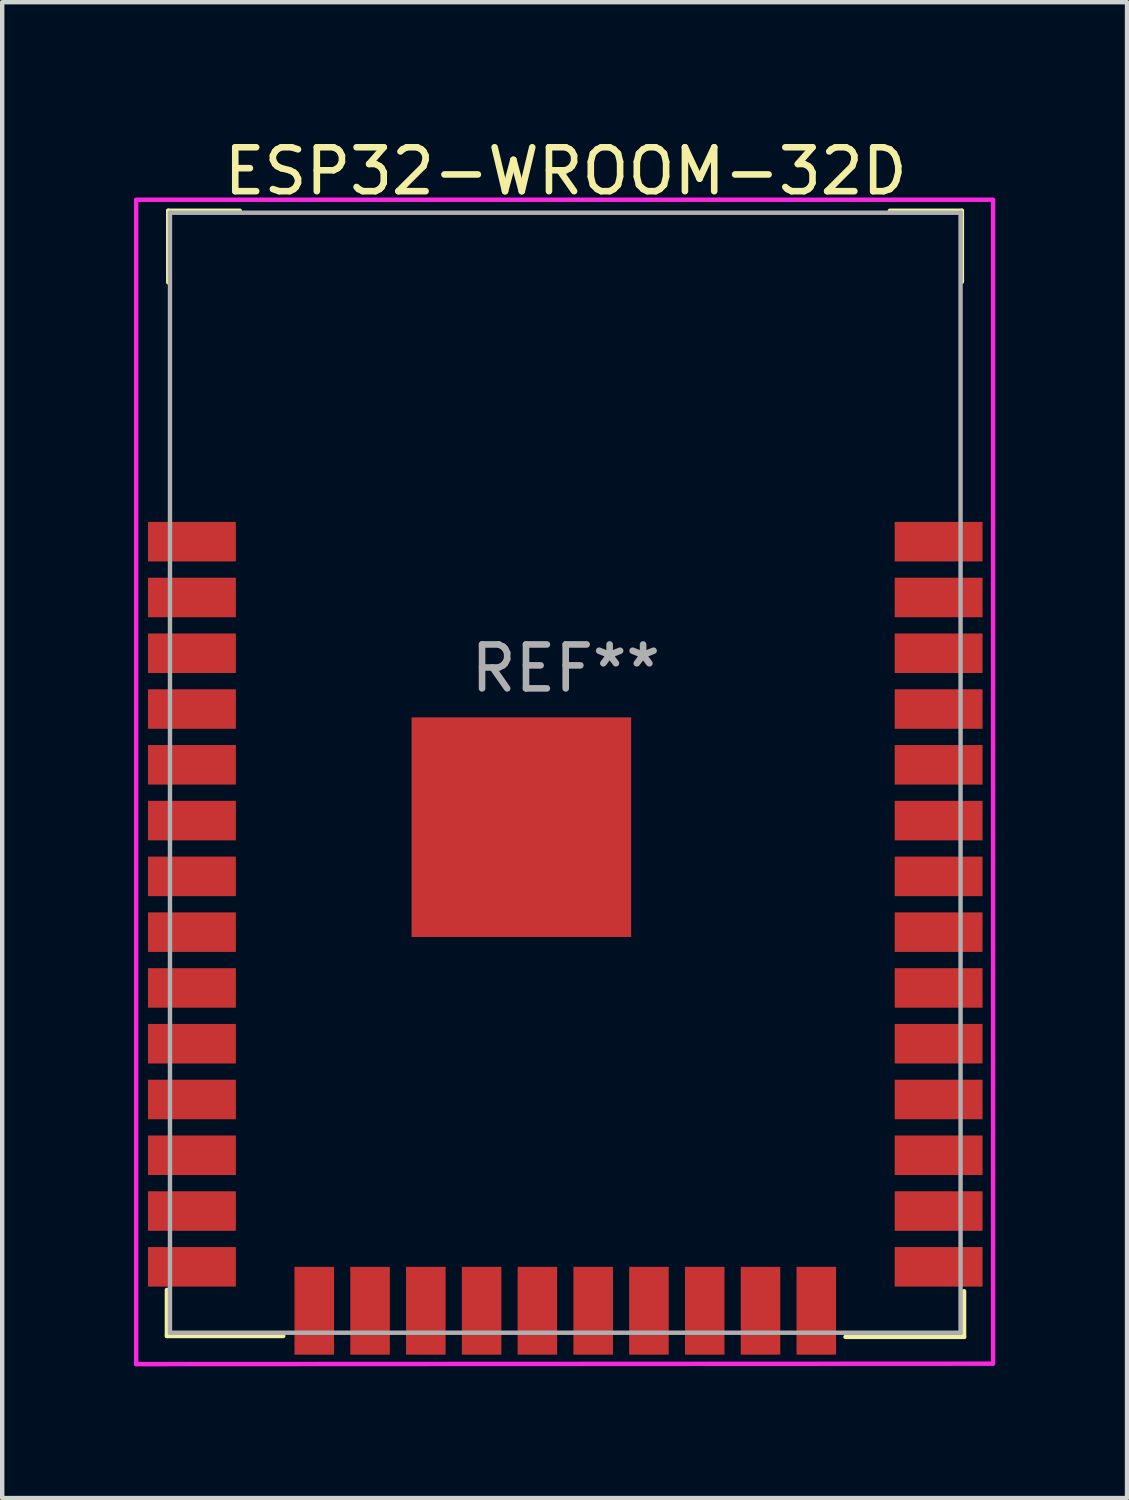
<source format=kicad_pcb>
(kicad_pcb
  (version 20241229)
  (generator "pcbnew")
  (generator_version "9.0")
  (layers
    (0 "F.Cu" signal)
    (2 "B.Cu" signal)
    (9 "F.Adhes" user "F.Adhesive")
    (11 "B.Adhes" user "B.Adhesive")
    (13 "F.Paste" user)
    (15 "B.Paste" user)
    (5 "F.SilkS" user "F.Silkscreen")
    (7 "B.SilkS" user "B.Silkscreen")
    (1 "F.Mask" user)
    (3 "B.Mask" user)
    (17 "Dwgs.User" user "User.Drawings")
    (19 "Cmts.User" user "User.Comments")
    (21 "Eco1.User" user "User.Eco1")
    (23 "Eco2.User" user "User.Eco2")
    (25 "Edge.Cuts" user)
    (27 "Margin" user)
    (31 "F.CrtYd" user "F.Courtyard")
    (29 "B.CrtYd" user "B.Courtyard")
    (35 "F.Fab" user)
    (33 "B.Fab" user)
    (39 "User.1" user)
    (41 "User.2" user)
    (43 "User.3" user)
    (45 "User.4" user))
  (footprint "ESP32-WROOM-32D"
    (layer "F.Cu")
    (at 9.82 17.538)
    (property "Reference" "ESP32-WROOM-32D" (at 0.01 -16.69 0) (layer "F.SilkS") (effects (font (size 1 1) (thickness 0.15))))
    (attr smd)
    (fp_line (start -9.07 8.78) (end -9.07 9.83) (stroke (width 0.1) (type solid)) (layer "F.SilkS"))
    (fp_line (start -9.07 9.83) (end -6.42 9.83) (stroke (width 0.1) (type solid)) (layer "F.SilkS"))
    (fp_line (start -9.04 -15.79) (end -7.41 -15.79) (stroke (width 0.1) (type solid)) (layer "F.SilkS"))
    (fp_line (start -9.04 -14.16) (end -9.04 -15.79) (stroke (width 0.1) (type solid)) (layer "F.SilkS"))
    (fp_line (start 9.03 -15.79) (end 7.39 -15.79) (stroke (width 0.1) (type solid)) (layer "F.SilkS"))
    (fp_line (start 9.03 -14.17) (end 9.03 -15.79) (stroke (width 0.1) (type solid)) (layer "F.SilkS"))
    (fp_line (start 9.08 8.81) (end 9.08 9.85) (stroke (width 0.1) (type solid)) (layer "F.SilkS"))
    (fp_line (start 9.08 9.85) (end 6.38 9.85) (stroke (width 0.1) (type solid)) (layer "F.SilkS"))
    (fp_line (start -9.77 -16.04) (end -9.77 10.47) (stroke (width 0.1) (type solid)) (layer "F.CrtYd"))
    (fp_line (start -9.77 10.47) (end 9.73 10.46) (stroke (width 0.1) (type solid)) (layer "F.CrtYd"))
    (fp_line (start 9.74 -16.04) (end -9.74 -16.04) (stroke (width 0.1) (type solid)) (layer "F.CrtYd"))
    (fp_line (start 9.74 10.46) (end 9.74 -16.02) (stroke (width 0.1) (type solid)) (layer "F.CrtYd"))
    (fp_line (start -9 -15.748) (end -9 9.755) (stroke (width 0.1) (type solid)) (layer "F.Fab"))
    (fp_line (start -9 -15.745) (end 9 -15.745) (stroke (width 0.1) (type solid)) (layer "F.Fab"))
    (fp_line (start -9 9.755) (end 9 9.755) (stroke (width 0.1) (type solid)) (layer "F.Fab"))
    (fp_line (start 9 -15.748) (end 9 9.755) (stroke (width 0.1) (type solid)) (layer "F.Fab"))
    (fp_text user "REF**" (at 0.01 -5.37 0) (layer "F.Fab") (effects (font (size 1 1) (thickness 0.15))))
    (pad "1" smd rect (at -8.5 -8.255) (size 2 0.9) (layers "F.Cu" "F.Mask" "F.Paste"))
    (pad "2" smd rect (at -8.5 -6.985) (size 2 0.9) (layers "F.Cu" "F.Mask" "F.Paste"))
    (pad "3" smd rect (at -8.5 -5.715) (size 2 0.9) (layers "F.Cu" "F.Mask" "F.Paste"))
    (pad "4" smd rect (at -8.5 -4.445) (size 2 0.9) (layers "F.Cu" "F.Mask" "F.Paste"))
    (pad "5" smd rect (at -8.5 -3.175) (size 2 0.9) (layers "F.Cu" "F.Mask" "F.Paste"))
    (pad "6" smd rect (at -8.5 -1.905) (size 2 0.9) (layers "F.Cu" "F.Mask" "F.Paste"))
    (pad "7" smd rect (at -8.5 -0.635) (size 2 0.9) (layers "F.Cu" "F.Mask" "F.Paste"))
    (pad "8" smd rect (at -8.5 0.635) (size 2 0.9) (layers "F.Cu" "F.Mask" "F.Paste"))
    (pad "9" smd rect (at -8.5 1.905) (size 2 0.9) (layers "F.Cu" "F.Mask" "F.Paste"))
    (pad "10" smd rect (at -8.5 3.175) (size 2 0.9) (layers "F.Cu" "F.Mask" "F.Paste"))
    (pad "11" smd rect (at -8.5 4.445) (size 2 0.9) (layers "F.Cu" "F.Mask" "F.Paste"))
    (pad "12" smd rect (at -8.5 5.715) (size 2 0.9) (layers "F.Cu" "F.Mask" "F.Paste"))
    (pad "13" smd rect (at -8.5 6.985) (size 2 0.9) (layers "F.Cu" "F.Mask" "F.Paste"))
    (pad "14" smd rect (at -8.5 8.255) (size 2 0.9) (layers "F.Cu" "F.Mask" "F.Paste"))
    (pad "15" smd rect (at -5.715 9.255 90) (size 2 0.9) (layers "F.Cu" "F.Mask" "F.Paste"))
    (pad "16" smd rect (at -4.445 9.255 90) (size 2 0.9) (layers "F.Cu" "F.Mask" "F.Paste"))
    (pad "17" smd rect (at -3.175 9.255 90) (size 2 0.9) (layers "F.Cu" "F.Mask" "F.Paste"))
    (pad "18" smd rect (at -1.905 9.255 90) (size 2 0.9) (layers "F.Cu" "F.Mask" "F.Paste"))
    (pad "19" smd rect (at -0.635 9.255 90) (size 2 0.9) (layers "F.Cu" "F.Mask" "F.Paste"))
    (pad "20" smd rect (at 0.635 9.255 90) (size 2 0.9) (layers "F.Cu" "F.Mask" "F.Paste"))
    (pad "21" smd rect (at 1.905 9.255 90) (size 2 0.9) (layers "F.Cu" "F.Mask" "F.Paste"))
    (pad "22" smd rect (at 3.175 9.255 90) (size 2 0.9) (layers "F.Cu" "F.Mask" "F.Paste"))
    (pad "23" smd rect (at 4.445 9.255 90) (size 2 0.9) (layers "F.Cu" "F.Mask" "F.Paste"))
    (pad "24" smd rect (at 5.715 9.255 90) (size 2 0.9) (layers "F.Cu" "F.Mask" "F.Paste"))
    (pad "25" smd rect (at 8.5 8.255) (size 2 0.9) (layers "F.Cu" "F.Mask" "F.Paste"))
    (pad "26" smd rect (at 8.5 6.985) (size 2 0.9) (layers "F.Cu" "F.Mask" "F.Paste"))
    (pad "27" smd rect (at 8.5 5.715) (size 2 0.9) (layers "F.Cu" "F.Mask" "F.Paste"))
    (pad "28" smd rect (at 8.5 4.445) (size 2 0.9) (layers "F.Cu" "F.Mask" "F.Paste"))
    (pad "29" smd rect (at 8.5 3.175) (size 2 0.9) (layers "F.Cu" "F.Mask" "F.Paste"))
    (pad "30" smd rect (at 8.5 1.905) (size 2 0.9) (layers "F.Cu" "F.Mask" "F.Paste"))
    (pad "31" smd rect (at 8.5 0.635) (size 2 0.9) (layers "F.Cu" "F.Mask" "F.Paste"))
    (pad "32" smd rect (at 8.5 -0.635) (size 2 0.9) (layers "F.Cu" "F.Mask" "F.Paste"))
    (pad "33" smd rect (at 8.5 -1.905) (size 2 0.9) (layers "F.Cu" "F.Mask" "F.Paste"))
    (pad "34" smd rect (at 8.5 -3.175) (size 2 0.9) (layers "F.Cu" "F.Mask" "F.Paste"))
    (pad "35" smd rect (at 8.5 -4.445) (size 2 0.9) (layers "F.Cu" "F.Mask" "F.Paste"))
    (pad "36" smd rect (at 8.5 -5.715) (size 2 0.9) (layers "F.Cu" "F.Mask" "F.Paste"))
    (pad "37" smd rect (at 8.5 -6.985) (size 2 0.9) (layers "F.Cu" "F.Mask" "F.Paste"))
    (pad "38" smd rect (at 8.5 -8.255) (size 2 0.9) (layers "F.Cu" "F.Mask" "F.Paste"))
    (pad "39" smd rect (at -1 -1.755) (size 5 5) (layers "F.Cu" "F.Mask" "F.Paste")))
  (gr_rect
    (start -3 -3)
    (end 22.61 31.058)
    (stroke (width 0.1) (type default))
    (fill no)
    (layer "Edge.Cuts")))
</source>
